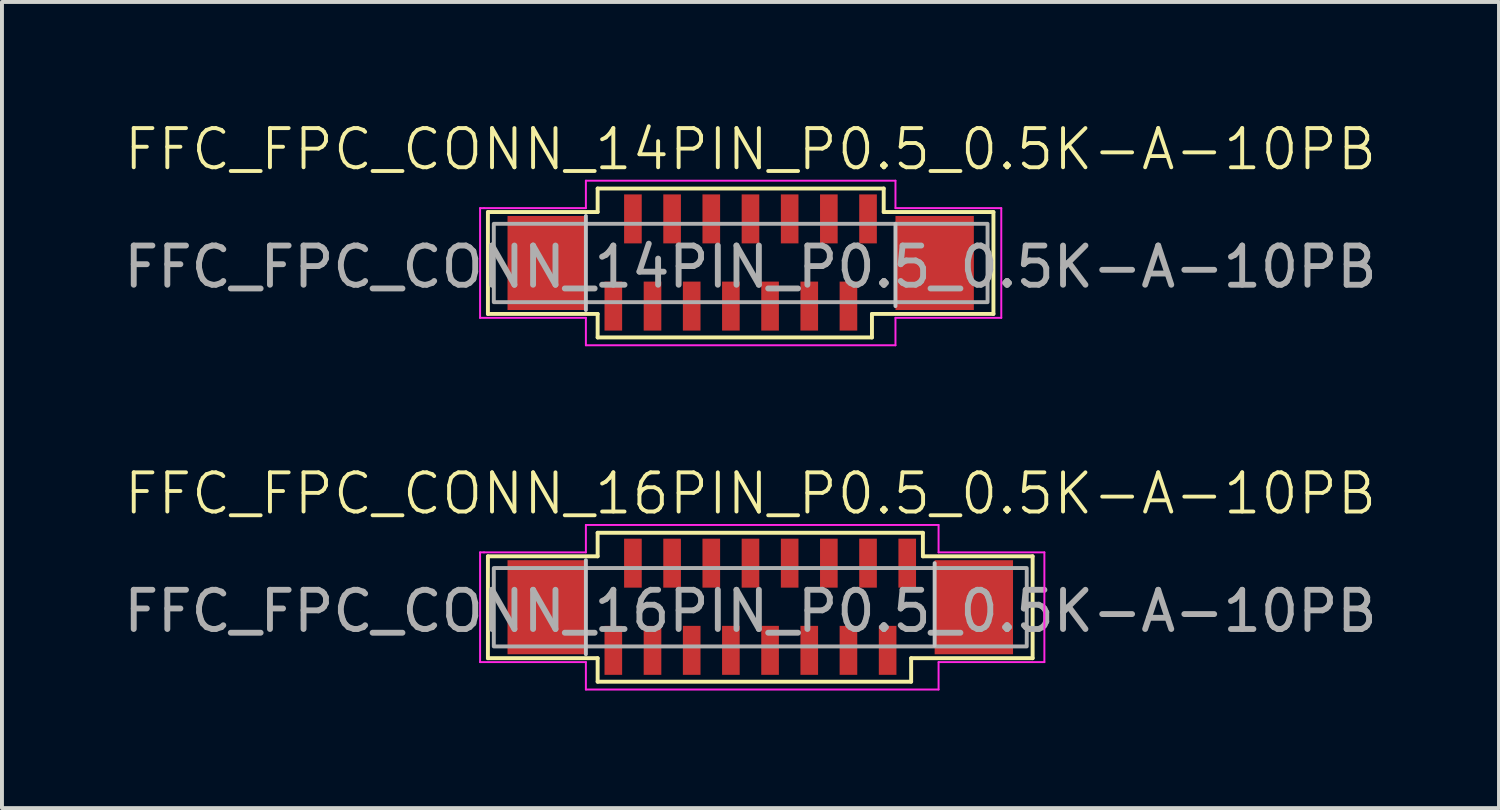
<source format=kicad_pcb>
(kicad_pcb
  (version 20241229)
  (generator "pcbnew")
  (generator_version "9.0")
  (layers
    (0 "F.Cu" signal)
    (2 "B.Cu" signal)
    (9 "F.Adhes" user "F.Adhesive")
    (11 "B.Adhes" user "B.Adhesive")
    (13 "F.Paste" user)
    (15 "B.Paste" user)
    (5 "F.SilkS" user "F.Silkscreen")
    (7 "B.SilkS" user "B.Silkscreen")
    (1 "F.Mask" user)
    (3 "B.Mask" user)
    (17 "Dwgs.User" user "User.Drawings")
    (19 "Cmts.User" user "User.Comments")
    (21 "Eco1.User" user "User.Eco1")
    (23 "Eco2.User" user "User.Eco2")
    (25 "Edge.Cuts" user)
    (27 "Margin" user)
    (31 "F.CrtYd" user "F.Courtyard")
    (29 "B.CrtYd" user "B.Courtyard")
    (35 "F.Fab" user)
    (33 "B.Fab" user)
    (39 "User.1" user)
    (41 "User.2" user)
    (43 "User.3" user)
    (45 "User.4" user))
  (footprint "FFC_FPC_CONN_14PIN_P0.5_0.5K-A-10PB"
    (layer "F.Cu")
    (at 12.601 4.761)
    (property "Reference" "FFC_FPC_CONN_14PIN_P0.5_0.5K-A-10PB" (at 3.5 -4 0) (unlocked yes) (layer "F.SilkS") (effects (font (size 1 1) (thickness 0.1))))
    (attr through_hole)
    (fp_line (start -3.2 -2.4) (end -3.2 0.2) (stroke (width 0.1) (type default)) (layer "F.SilkS"))
    (fp_line (start -3.2 0.2) (end -0.4 0.2) (stroke (width 0.1) (type default)) (layer "F.SilkS"))
    (fp_line (start -0.4 -3) (end -0.4 -2.4) (stroke (width 0.1) (type default)) (layer "F.SilkS"))
    (fp_line (start -0.4 -2.4) (end -3.2 -2.4) (stroke (width 0.1) (type default)) (layer "F.SilkS"))
    (fp_line (start -0.4 0.2) (end -0.4 0.8) (stroke (width 0.1) (type default)) (layer "F.SilkS"))
    (fp_line (start -0.4 0.8) (end 6.6 0.8) (stroke (width 0.1) (type default)) (layer "F.SilkS"))
    (fp_line (start 6.6 0.2) (end 9.7 0.2) (stroke (width 0.1) (type default)) (layer "F.SilkS"))
    (fp_line (start 6.6 0.8) (end 6.6 0.2) (stroke (width 0.1) (type default)) (layer "F.SilkS"))
    (fp_line (start 6.9 -3) (end -0.4 -3) (stroke (width 0.1) (type default)) (layer "F.SilkS"))
    (fp_line (start 6.9 -2.4) (end 6.9 -3) (stroke (width 0.1) (type default)) (layer "F.SilkS"))
    (fp_line (start 9.7 -2.4) (end 6.9 -2.4) (stroke (width 0.1) (type default)) (layer "F.SilkS"))
    (fp_line (start 9.7 0.2) (end 9.7 -2.4) (stroke (width 0.1) (type default)) (layer "F.SilkS"))
    (fp_line (start -0.7 -2.3) (end -0.7 0.1) (stroke (width 0.1) (type solid)) (layer "Dwgs.User"))
    (fp_line (start 7.2 -2.1) (end 7.2 0) (stroke (width 0.1) (type solid)) (layer "Dwgs.User"))
    (fp_line (start -3.4 0.3) (end -3.4 -2.5) (stroke (width 0.05) (type default)) (layer "F.CrtYd"))
    (fp_line (start -3.3 -2.5) (end -3.4 -2.5) (stroke (width 0.05) (type default)) (layer "F.CrtYd"))
    (fp_line (start -3.3 -2.5) (end -0.7 -2.5) (stroke (width 0.05) (type default)) (layer "F.CrtYd"))
    (fp_line (start -0.7 -3.2) (end 7.2 -3.2) (stroke (width 0.05) (type default)) (layer "F.CrtYd"))
    (fp_line (start -0.7 -2.5) (end -0.7 -3.2) (stroke (width 0.05) (type default)) (layer "F.CrtYd"))
    (fp_line (start -0.7 0.3) (end -3.4 0.3) (stroke (width 0.05) (type default)) (layer "F.CrtYd"))
    (fp_line (start -0.7 1) (end -0.7 0.3) (stroke (width 0.05) (type default)) (layer "F.CrtYd"))
    (fp_line (start 7.2 -3.2) (end 7.2 -2.5) (stroke (width 0.05) (type default)) (layer "F.CrtYd"))
    (fp_line (start 7.2 -2.5) (end 9.9 -2.5) (stroke (width 0.05) (type default)) (layer "F.CrtYd"))
    (fp_line (start 7.2 0.3) (end 7.2 1) (stroke (width 0.05) (type default)) (layer "F.CrtYd"))
    (fp_line (start 7.2 1) (end -0.7 1) (stroke (width 0.05) (type default)) (layer "F.CrtYd"))
    (fp_line (start 9.9 -2.5) (end 9.9 0.3) (stroke (width 0.05) (type default)) (layer "F.CrtYd"))
    (fp_line (start 9.9 0.3) (end 7.2 0.3) (stroke (width 0.05) (type default)) (layer "F.CrtYd"))
    (fp_rect (start -3.05 -2.1) (end 9.55 -0.1) (stroke (width 0.1) (type default)) (fill no) (layer "F.Fab"))
    (fp_text user "${REFERENCE}" (at 3.5 -1 0) (unlocked yes) (layer "F.Fab") (effects (font (size 1 1) (thickness 0.15))))
    (pad "1" smd rect (at 0 0) (size 0.45 1.25) (layers "F.Cu" "F.Mask" "F.Paste"))
    (pad "2" smd rect (at 1 0) (size 0.45 1.25) (layers "F.Cu" "F.Mask" "F.Paste"))
    (pad "3" smd rect (at 2 0) (size 0.45 1.25) (layers "F.Cu" "F.Mask" "F.Paste"))
    (pad "4" smd rect (at 3 0) (size 0.45 1.25) (layers "F.Cu" "F.Mask" "F.Paste"))
    (pad "5" smd rect (at 4 0) (size 0.45 1.25) (layers "F.Cu" "F.Mask" "F.Paste"))
    (pad "6" smd rect (at 5 0) (size 0.45 1.25) (layers "F.Cu" "F.Mask" "F.Paste"))
    (pad "7" smd rect (at 6 0) (size 0.45 1.25) (layers "F.Cu" "F.Mask" "F.Paste"))
    (pad "8" smd rect (at 6.5 -2.225) (size 0.45 1.25) (layers "F.Cu" "F.Mask" "F.Paste"))
    (pad "9" smd rect (at 5.5 -2.225) (size 0.45 1.25) (layers "F.Cu" "F.Mask" "F.Paste"))
    (pad "10" smd rect (at 4.5 -2.225) (size 0.45 1.25) (layers "F.Cu" "F.Mask" "F.Paste"))
    (pad "11" smd rect (at 3.5 -2.225) (size 0.45 1.25) (layers "F.Cu" "F.Mask" "F.Paste"))
    (pad "12" smd rect (at 2.5 -2.225) (size 0.45 1.25) (layers "F.Cu" "F.Mask" "F.Paste"))
    (pad "13" smd rect (at 1.5 -2.225) (size 0.45 1.25) (layers "F.Cu" "F.Mask" "F.Paste"))
    (pad "14" smd rect (at 0.5 -2.225) (size 0.45 1.25) (layers "F.Cu" "F.Mask" "F.Paste"))
    (pad "15" smd rect (at -1.7 -1.1) (size 2 2.4) (layers "F.Cu" "F.Mask" "F.Paste"))
    (pad "15" smd rect (at 8.2 -1.1) (size 2 2.4) (layers "F.Cu" "F.Mask" "F.Paste")))
  (footprint "FFC_FPC_CONN_16PIN_P0.5_0.5K-A-10PB"
    (layer "F.Cu")
    (at 12.601 13.546)
    (property "Reference" "FFC_FPC_CONN_16PIN_P0.5_0.5K-A-10PB" (at 3.5 -4 0) (unlocked yes) (layer "F.SilkS") (effects (font (size 1 1) (thickness 0.1))))
    (attr through_hole)
    (fp_line (start -3.2 -2.4) (end -3.2 0.2) (stroke (width 0.1) (type default)) (layer "F.SilkS"))
    (fp_line (start -3.2 0.2) (end -0.4 0.2) (stroke (width 0.1) (type default)) (layer "F.SilkS"))
    (fp_line (start -0.4 -3) (end -0.4 -2.4) (stroke (width 0.1) (type default)) (layer "F.SilkS"))
    (fp_line (start -0.4 -2.4) (end -3.2 -2.4) (stroke (width 0.1) (type default)) (layer "F.SilkS"))
    (fp_line (start -0.4 0.2) (end -0.4 0.8) (stroke (width 0.1) (type default)) (layer "F.SilkS"))
    (fp_line (start -0.4 0.8) (end 7.6 0.8) (stroke (width 0.1) (type default)) (layer "F.SilkS"))
    (fp_line (start 7.6 0.2) (end 10.7 0.2) (stroke (width 0.1) (type default)) (layer "F.SilkS"))
    (fp_line (start 7.6 0.8) (end 7.6 0.2) (stroke (width 0.1) (type default)) (layer "F.SilkS"))
    (fp_line (start 7.9 -3) (end -0.4 -3) (stroke (width 0.1) (type default)) (layer "F.SilkS"))
    (fp_line (start 7.9 -2.4) (end 7.9 -3) (stroke (width 0.1) (type default)) (layer "F.SilkS"))
    (fp_line (start 10.7 -2.4) (end 7.9 -2.4) (stroke (width 0.1) (type default)) (layer "F.SilkS"))
    (fp_line (start 10.7 0.2) (end 10.7 -2.4) (stroke (width 0.1) (type default)) (layer "F.SilkS"))
    (fp_line (start -0.7 -2.3) (end -0.7 0.1) (stroke (width 0.1) (type solid)) (layer "Dwgs.User"))
    (fp_line (start 8.2 -2.225) (end 8.2 -0.125) (stroke (width 0.1) (type solid)) (layer "Dwgs.User"))
    (fp_line (start -3.4 0.3) (end -3.4 -2.5) (stroke (width 0.05) (type default)) (layer "F.CrtYd"))
    (fp_line (start -3.3 -2.5) (end -3.4 -2.5) (stroke (width 0.05) (type default)) (layer "F.CrtYd"))
    (fp_line (start -3.3 -2.5) (end -0.7 -2.5) (stroke (width 0.05) (type default)) (layer "F.CrtYd"))
    (fp_line (start -0.7 -3.2) (end 8.3 -3.2) (stroke (width 0.05) (type default)) (layer "F.CrtYd"))
    (fp_line (start -0.7 -2.5) (end -0.7 -3.2) (stroke (width 0.05) (type default)) (layer "F.CrtYd"))
    (fp_line (start -0.7 0.3) (end -3.4 0.3) (stroke (width 0.05) (type default)) (layer "F.CrtYd"))
    (fp_line (start -0.7 1) (end -0.7 0.3) (stroke (width 0.05) (type default)) (layer "F.CrtYd"))
    (fp_line (start 8.3 -3.2) (end 8.3 -2.5) (stroke (width 0.05) (type default)) (layer "F.CrtYd"))
    (fp_line (start 8.3 -2.5) (end 11 -2.5) (stroke (width 0.05) (type default)) (layer "F.CrtYd"))
    (fp_line (start 8.3 0.3) (end 8.3 1) (stroke (width 0.05) (type default)) (layer "F.CrtYd"))
    (fp_line (start 8.3 1) (end -0.7 1) (stroke (width 0.05) (type default)) (layer "F.CrtYd"))
    (fp_line (start 11 -2.5) (end 11 0.3) (stroke (width 0.05) (type default)) (layer "F.CrtYd"))
    (fp_line (start 11 0.3) (end 8.3 0.3) (stroke (width 0.05) (type default)) (layer "F.CrtYd"))
    (fp_rect (start -3.05 -2.1) (end 10.55 -0.1) (stroke (width 0.1) (type default)) (fill no) (layer "F.Fab"))
    (fp_text user "${REFERENCE}" (at 3.5 -1 0) (unlocked yes) (layer "F.Fab") (effects (font (size 1 1) (thickness 0.15))))
    (pad "1" smd rect (at 0 0) (size 0.45 1.25) (layers "F.Cu" "F.Mask" "F.Paste"))
    (pad "2" smd rect (at 1 0) (size 0.45 1.25) (layers "F.Cu" "F.Mask" "F.Paste"))
    (pad "3" smd rect (at 2 0) (size 0.45 1.25) (layers "F.Cu" "F.Mask" "F.Paste"))
    (pad "4" smd rect (at 3 0) (size 0.45 1.25) (layers "F.Cu" "F.Mask" "F.Paste"))
    (pad "5" smd rect (at 4 0) (size 0.45 1.25) (layers "F.Cu" "F.Mask" "F.Paste"))
    (pad "6" smd rect (at 5 0) (size 0.45 1.25) (layers "F.Cu" "F.Mask" "F.Paste"))
    (pad "7" smd rect (at 6 0) (size 0.45 1.25) (layers "F.Cu" "F.Mask" "F.Paste"))
    (pad "8" smd rect (at 7 0) (size 0.45 1.25) (layers "F.Cu" "F.Mask" "F.Paste"))
    (pad "9" smd rect (at 7.5 -2.225) (size 0.45 1.25) (layers "F.Cu" "F.Mask" "F.Paste"))
    (pad "10" smd rect (at 6.5 -2.225) (size 0.45 1.25) (layers "F.Cu" "F.Mask" "F.Paste"))
    (pad "11" smd rect (at 5.5 -2.225) (size 0.45 1.25) (layers "F.Cu" "F.Mask" "F.Paste"))
    (pad "12" smd rect (at 4.5 -2.225) (size 0.45 1.25) (layers "F.Cu" "F.Mask" "F.Paste"))
    (pad "13" smd rect (at 3.5 -2.225) (size 0.45 1.25) (layers "F.Cu" "F.Mask" "F.Paste"))
    (pad "14" smd rect (at 2.5 -2.225) (size 0.45 1.25) (layers "F.Cu" "F.Mask" "F.Paste"))
    (pad "15" smd rect (at 1.5 -2.225) (size 0.45 1.25) (layers "F.Cu" "F.Mask" "F.Paste"))
    (pad "16" smd rect (at 0.5 -2.225) (size 0.45 1.25) (layers "F.Cu" "F.Mask" "F.Paste"))
    (pad "17" smd rect (at -1.7 -1.1) (size 2 2.4) (layers "F.Cu" "F.Mask" "F.Paste"))
    (pad "17" smd rect (at 9.2 -1.1) (size 2 2.4) (layers "F.Cu" "F.Mask" "F.Paste")))
  (gr_rect
    (start -3 -3)
    (end 35.202 17.571)
    (stroke (width 0.1) (type default))
    (fill no)
    (layer "Edge.Cuts")))
</source>
